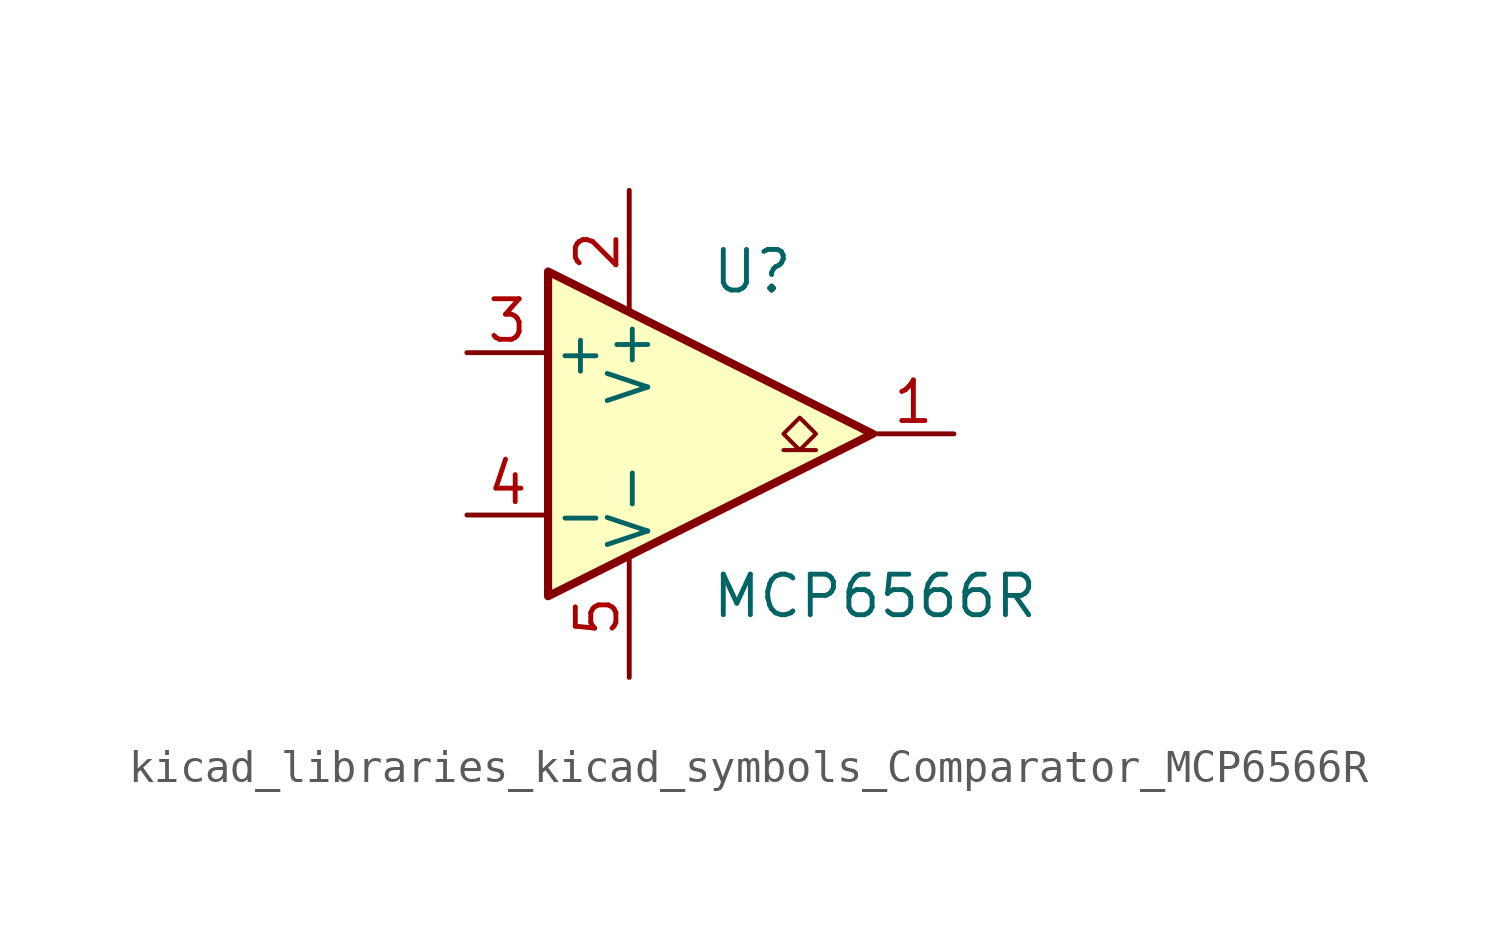
<source format=kicad_sym>
(kicad_symbol_lib
  (version 20220914)
  (generator kicad_symbol_editor)
  (symbol "kicad_libraries_kicad_symbols_Comparator_MCP6566R"
    (pin_names
      (offset 0.127))
    (property "Reference" "U"
      (at 0 5.08 0)
      (effects (font (size 1.27 1.27)) (justify left)))
    (property "Value" "MCP6566R"
      (at 0 -5.08 0)
      (effects (font (size 1.27 1.27)) (justify left)))
    (symbol "kicad_libraries_kicad_symbols_Comparator_MCP6566R_0_1"
      (polyline (pts (xy -5.08 5.08) (xy 5.08 0) (xy -5.08 -5.08) (xy -5.08 5.08)) (stroke (width 0.254) (type default)) (fill (type background)))
      (polyline (pts (xy 3.302 -0.508) (xy 2.794 -0.508) (xy 3.302 0) (xy 2.794 0.508) (xy 2.286 0) (xy 2.794 -0.508) (xy 2.286 -0.508)) (stroke (width 0.127) (type default)) (fill (type none)))
      (pin power_in line (at -2.54 7.62 270) (length 3.81) (name "V+" (effects (font (size 1.27 1.27)))) (number "2" (effects (font (size 1.27 1.27)))))
      (pin power_in line (at -2.54 -7.62 90) (length 3.81) (name "V-" (effects (font (size 1.27 1.27)))) (number "5" (effects (font (size 1.27 1.27))))))
    (symbol "kicad_libraries_kicad_symbols_Comparator_MCP6566R_1_1"
      (pin open_collector line (at 7.62 0 180) (length 2.54) (name "~" (effects (font (size 1.27 1.27)))) (number "1" (effects (font (size 1.27 1.27)))))
      (pin input line (at -7.62 2.54 0) (length 2.54) (name "+" (effects (font (size 1.27 1.27)))) (number "3" (effects (font (size 1.27 1.27)))))
      (pin input line (at -7.62 -2.54 0) (length 2.54) (name "-" (effects (font (size 1.27 1.27)))) (number "4" (effects (font (size 1.27 1.27))))))))
</source>
